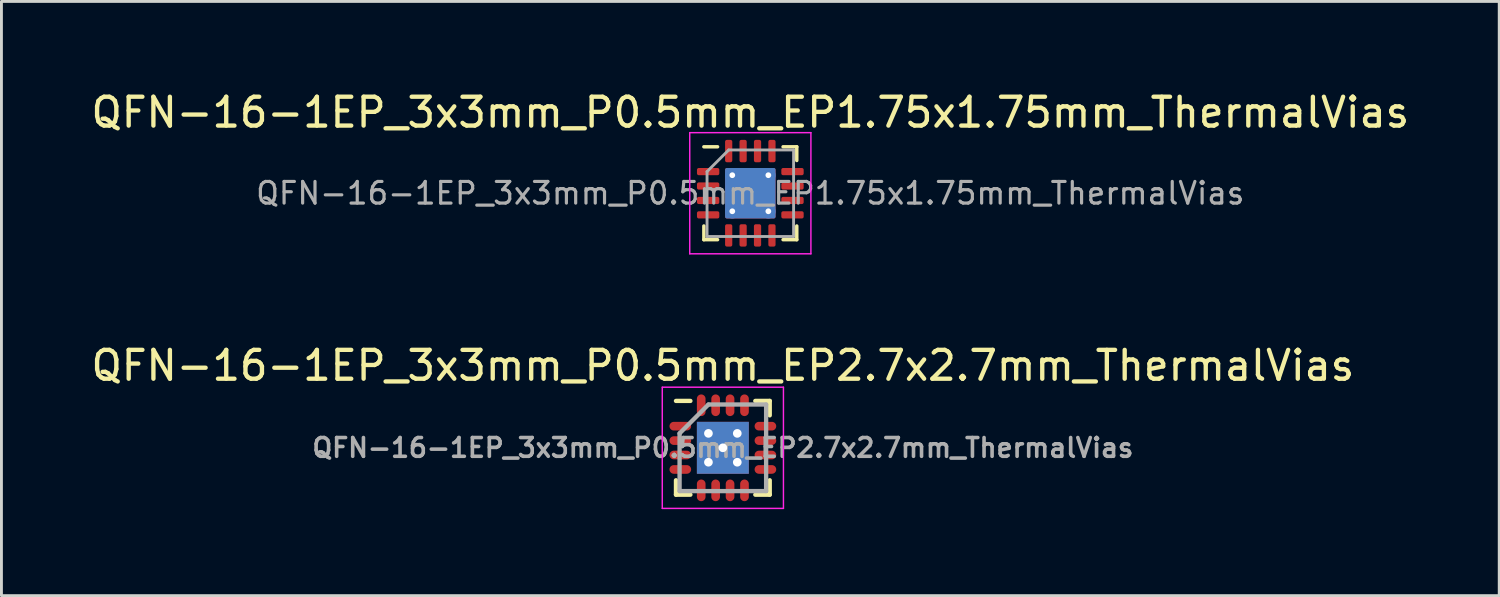
<source format=kicad_pcb>
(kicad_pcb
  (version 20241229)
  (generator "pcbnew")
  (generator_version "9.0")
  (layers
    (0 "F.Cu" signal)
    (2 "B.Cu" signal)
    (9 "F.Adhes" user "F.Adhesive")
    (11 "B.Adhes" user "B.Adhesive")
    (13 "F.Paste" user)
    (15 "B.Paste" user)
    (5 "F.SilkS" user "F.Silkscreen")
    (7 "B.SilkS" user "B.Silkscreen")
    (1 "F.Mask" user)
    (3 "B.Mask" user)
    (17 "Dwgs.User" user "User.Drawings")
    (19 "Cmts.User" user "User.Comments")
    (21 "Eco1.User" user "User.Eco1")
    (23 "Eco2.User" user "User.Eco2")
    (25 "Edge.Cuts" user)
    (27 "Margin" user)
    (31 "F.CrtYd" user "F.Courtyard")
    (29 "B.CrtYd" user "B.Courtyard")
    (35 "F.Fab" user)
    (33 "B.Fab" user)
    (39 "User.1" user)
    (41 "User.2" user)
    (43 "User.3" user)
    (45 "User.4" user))
  (footprint "QFN-16-1EP_3x3mm_P0.5mm_EP1.75x1.75mm_ThermalVias"
    (layer "F.Cu")
    (at 22.958 3.648)
    (property "Reference" "QFN-16-1EP_3x3mm_P0.5mm_EP1.75x1.75mm_ThermalVias" (at 0 -2.8 0) (layer "F.SilkS") (effects (font (size 1 1) (thickness 0.15))))
    (attr smd)
    (fp_line (start -1.61 1.61) (end -1.61 1.135) (stroke (width 0.12) (type solid)) (layer "F.SilkS"))
    (fp_line (start -1.135 -1.61) (end -1.61 -1.61) (stroke (width 0.12) (type solid)) (layer "F.SilkS"))
    (fp_line (start -1.135 1.61) (end -1.61 1.61) (stroke (width 0.12) (type solid)) (layer "F.SilkS"))
    (fp_line (start 1.135 -1.61) (end 1.61 -1.61) (stroke (width 0.12) (type solid)) (layer "F.SilkS"))
    (fp_line (start 1.135 1.61) (end 1.61 1.61) (stroke (width 0.12) (type solid)) (layer "F.SilkS"))
    (fp_line (start 1.61 -1.61) (end 1.61 -1.135) (stroke (width 0.12) (type solid)) (layer "F.SilkS"))
    (fp_line (start 1.61 1.61) (end 1.61 1.135) (stroke (width 0.12) (type solid)) (layer "F.SilkS"))
    (fp_line (start -2.1 -2.1) (end -2.1 2.1) (stroke (width 0.05) (type solid)) (layer "F.CrtYd"))
    (fp_line (start -2.1 2.1) (end 2.1 2.1) (stroke (width 0.05) (type solid)) (layer "F.CrtYd"))
    (fp_line (start 2.1 -2.1) (end -2.1 -2.1) (stroke (width 0.05) (type solid)) (layer "F.CrtYd"))
    (fp_line (start 2.1 2.1) (end 2.1 -2.1) (stroke (width 0.05) (type solid)) (layer "F.CrtYd"))
    (fp_line (start -1.5 -0.75) (end -0.75 -1.5) (stroke (width 0.1) (type solid)) (layer "F.Fab"))
    (fp_line (start -1.5 1.5) (end -1.5 -0.75) (stroke (width 0.1) (type solid)) (layer "F.Fab"))
    (fp_line (start -0.75 -1.5) (end 1.5 -1.5) (stroke (width 0.1) (type solid)) (layer "F.Fab"))
    (fp_line (start 1.5 -1.5) (end 1.5 1.5) (stroke (width 0.1) (type solid)) (layer "F.Fab"))
    (fp_line (start 1.5 1.5) (end -1.5 1.5) (stroke (width 0.1) (type solid)) (layer "F.Fab"))
    (fp_text user "${REFERENCE}" (at 0 0 0) (layer "F.Fab") (effects (font (size 0.75 0.75) (thickness 0.11))))
    (pad "" smd roundrect (at -0.44 -0.44) (size 0.76 0.76) (layers "F.Paste") (roundrect_rratio 0.25))
    (pad "" smd roundrect (at -0.44 0.44) (size 0.76 0.76) (layers "F.Paste") (roundrect_rratio 0.25))
    (pad "" smd roundrect (at 0.44 -0.44) (size 0.76 0.76) (layers "F.Paste") (roundrect_rratio 0.25))
    (pad "" smd roundrect (at 0.44 0.44) (size 0.76 0.76) (layers "F.Paste") (roundrect_rratio 0.25))
    (pad "1" smd roundrect (at -1.462 -0.75) (size 0.775 0.25) (layers "F.Cu" "F.Mask" "F.Paste") (roundrect_rratio 0.25))
    (pad "2" smd roundrect (at -1.462 -0.25) (size 0.775 0.25) (layers "F.Cu" "F.Mask" "F.Paste") (roundrect_rratio 0.25))
    (pad "3" smd roundrect (at -1.462 0.25) (size 0.775 0.25) (layers "F.Cu" "F.Mask" "F.Paste") (roundrect_rratio 0.25))
    (pad "4" smd roundrect (at -1.462 0.75) (size 0.775 0.25) (layers "F.Cu" "F.Mask" "F.Paste") (roundrect_rratio 0.25))
    (pad "5" smd roundrect (at -0.75 1.462) (size 0.25 0.775) (layers "F.Cu" "F.Mask" "F.Paste") (roundrect_rratio 0.25))
    (pad "6" smd roundrect (at -0.25 1.462) (size 0.25 0.775) (layers "F.Cu" "F.Mask" "F.Paste") (roundrect_rratio 0.25))
    (pad "7" smd roundrect (at 0.25 1.462) (size 0.25 0.775) (layers "F.Cu" "F.Mask" "F.Paste") (roundrect_rratio 0.25))
    (pad "8" smd roundrect (at 0.75 1.462) (size 0.25 0.775) (layers "F.Cu" "F.Mask" "F.Paste") (roundrect_rratio 0.25))
    (pad "9" smd roundrect (at 1.462 0.75) (size 0.775 0.25) (layers "F.Cu" "F.Mask" "F.Paste") (roundrect_rratio 0.25))
    (pad "10" smd roundrect (at 1.462 0.25) (size 0.775 0.25) (layers "F.Cu" "F.Mask" "F.Paste") (roundrect_rratio 0.25))
    (pad "11" smd roundrect (at 1.462 -0.25) (size 0.775 0.25) (layers "F.Cu" "F.Mask" "F.Paste") (roundrect_rratio 0.25))
    (pad "12" smd roundrect (at 1.462 -0.75) (size 0.775 0.25) (layers "F.Cu" "F.Mask" "F.Paste") (roundrect_rratio 0.25))
    (pad "13" smd roundrect (at 0.75 -1.462) (size 0.25 0.775) (layers "F.Cu" "F.Mask" "F.Paste") (roundrect_rratio 0.25))
    (pad "14" smd roundrect (at 0.25 -1.462) (size 0.25 0.775) (layers "F.Cu" "F.Mask" "F.Paste") (roundrect_rratio 0.25))
    (pad "15" smd roundrect (at -0.25 -1.462) (size 0.25 0.775) (layers "F.Cu" "F.Mask" "F.Paste") (roundrect_rratio 0.25))
    (pad "16" smd roundrect (at -0.75 -1.462) (size 0.25 0.775) (layers "F.Cu" "F.Mask" "F.Paste") (roundrect_rratio 0.25))
    (pad "17" thru_hole circle (at -0.625 -0.625) (size 0.5 0.5) (drill 0.2) (layers "*.Cu"))
    (pad "17" thru_hole circle (at -0.625 0.625) (size 0.5 0.5) (drill 0.2) (layers "*.Cu"))
    (pad "17" smd roundrect (at 0 0) (size 1.75 1.75) (layers "F.Cu" "F.Mask") (roundrect_rratio 0.036))
    (pad "17" smd roundrect (at 0 0) (size 1.75 1.75) (layers "B.Cu") (roundrect_rratio 0.036))
    (pad "17" thru_hole circle (at 0.625 -0.625) (size 0.5 0.5) (drill 0.2) (layers "*.Cu"))
    (pad "17" thru_hole circle (at 0.625 0.625) (size 0.5 0.5) (drill 0.2) (layers "*.Cu")))
  (footprint "QFN-16-1EP_3x3mm_P0.5mm_EP2.7x2.7mm_ThermalVias"
    (layer "F.Cu")
    (at 22.006 12.472)
    (property "Reference" "QFN-16-1EP_3x3mm_P0.5mm_EP2.7x2.7mm_ThermalVias" (at 0 -2.85 0) (layer "F.SilkS") (effects (font (size 1 1) (thickness 0.15))))
    (attr smd)
    (fp_line (start -1.625 -1.625) (end -1.125 -1.625) (stroke (width 0.15) (type solid)) (layer "F.SilkS"))
    (fp_line (start -1.625 1.625) (end -1.625 1.125) (stroke (width 0.15) (type solid)) (layer "F.SilkS"))
    (fp_line (start -1.625 1.625) (end -1.125 1.625) (stroke (width 0.15) (type solid)) (layer "F.SilkS"))
    (fp_line (start 1.625 -1.625) (end 1.125 -1.625) (stroke (width 0.15) (type solid)) (layer "F.SilkS"))
    (fp_line (start 1.625 -1.625) (end 1.625 -1.125) (stroke (width 0.15) (type solid)) (layer "F.SilkS"))
    (fp_line (start 1.625 1.625) (end 1.125 1.625) (stroke (width 0.15) (type solid)) (layer "F.SilkS"))
    (fp_line (start 1.625 1.625) (end 1.625 1.125) (stroke (width 0.15) (type solid)) (layer "F.SilkS"))
    (fp_line (start -2.1 -2.1) (end -2.1 2.1) (stroke (width 0.05) (type solid)) (layer "F.CrtYd"))
    (fp_line (start -2.1 -2.1) (end 2.1 -2.1) (stroke (width 0.05) (type solid)) (layer "F.CrtYd"))
    (fp_line (start -2.1 2.1) (end 2.1 2.1) (stroke (width 0.05) (type solid)) (layer "F.CrtYd"))
    (fp_line (start 2.1 -2.1) (end 2.1 2.1) (stroke (width 0.05) (type solid)) (layer "F.CrtYd"))
    (fp_line (start -1.5 -0.5) (end -0.5 -1.5) (stroke (width 0.15) (type solid)) (layer "F.Fab"))
    (fp_line (start -1.5 1.5) (end -1.5 -0.5) (stroke (width 0.15) (type solid)) (layer "F.Fab"))
    (fp_line (start -0.5 -1.5) (end 1.5 -1.5) (stroke (width 0.15) (type solid)) (layer "F.Fab"))
    (fp_line (start 1.5 -1.5) (end 1.5 1.5) (stroke (width 0.15) (type solid)) (layer "F.Fab"))
    (fp_line (start 1.5 1.5) (end -1.5 1.5) (stroke (width 0.15) (type solid)) (layer "F.Fab"))
    (fp_text user "${REFERENCE}" (at 0 0 0) (layer "F.Fab") (effects (font (size 0.65 0.65) (thickness 0.125))))
    (pad "" smd rect (at -0.5 -0.5) (size 0.73 0.73) (layers "F.Paste"))
    (pad "" smd rect (at -0.5 0.5) (size 0.73 0.73) (layers "F.Paste"))
    (pad "" smd rect (at 0.5 -0.5) (size 0.73 0.73) (layers "F.Paste"))
    (pad "" smd rect (at 0.5 0.5) (size 0.73 0.73) (layers "F.Paste"))
    (pad "1" smd oval (at -1.475 -0.75) (size 0.75 0.3) (layers "F.Cu" "F.Mask" "F.Paste"))
    (pad "2" smd oval (at -1.475 -0.25) (size 0.75 0.3) (layers "F.Cu" "F.Mask" "F.Paste"))
    (pad "3" smd oval (at -1.475 0.25) (size 0.75 0.3) (layers "F.Cu" "F.Mask" "F.Paste"))
    (pad "4" smd oval (at -1.475 0.75) (size 0.75 0.3) (layers "F.Cu" "F.Mask" "F.Paste"))
    (pad "5" smd oval (at -0.75 1.475 90) (size 0.75 0.3) (layers "F.Cu" "F.Mask" "F.Paste"))
    (pad "6" smd oval (at -0.25 1.475 90) (size 0.75 0.3) (layers "F.Cu" "F.Mask" "F.Paste"))
    (pad "7" smd oval (at 0.25 1.475 90) (size 0.75 0.3) (layers "F.Cu" "F.Mask" "F.Paste"))
    (pad "8" smd oval (at 0.75 1.475 90) (size 0.75 0.3) (layers "F.Cu" "F.Mask" "F.Paste"))
    (pad "9" smd oval (at 1.475 0.75) (size 0.75 0.3) (layers "F.Cu" "F.Mask" "F.Paste"))
    (pad "10" smd oval (at 1.475 0.25) (size 0.75 0.3) (layers "F.Cu" "F.Mask" "F.Paste"))
    (pad "11" smd oval (at 1.475 -0.25) (size 0.75 0.3) (layers "F.Cu" "F.Mask" "F.Paste"))
    (pad "12" smd oval (at 1.475 -0.75) (size 0.75 0.3) (layers "F.Cu" "F.Mask" "F.Paste"))
    (pad "13" smd oval (at 0.75 -1.475 90) (size 0.75 0.3) (layers "F.Cu" "F.Mask" "F.Paste"))
    (pad "14" smd oval (at 0.25 -1.475 90) (size 0.75 0.3) (layers "F.Cu" "F.Mask" "F.Paste"))
    (pad "15" smd oval (at -0.25 -1.475 90) (size 0.75 0.3) (layers "F.Cu" "F.Mask" "F.Paste"))
    (pad "16" smd oval (at -0.75 -1.475 90) (size 0.75 0.3) (layers "F.Cu" "F.Mask" "F.Paste"))
    (pad "17" thru_hole circle (at -0.5 -0.5) (size 0.6 0.6) (drill 0.3) (layers "*.Cu"))
    (pad "17" thru_hole circle (at -0.5 0.5) (size 0.6 0.6) (drill 0.3) (layers "*.Cu"))
    (pad "17" thru_hole circle (at 0 0) (size 0.6 0.6) (drill 0.3) (layers "*.Cu"))
    (pad "17" smd rect (at 0 0) (size 1.8 1.8) (layers "F.Cu" "F.Mask"))
    (pad "17" smd rect (at 0 0) (size 1.8 1.8) (layers "B.Cu"))
    (pad "17" thru_hole circle (at 0.5 -0.5) (size 0.6 0.6) (drill 0.3) (layers "*.Cu"))
    (pad "17" thru_hole circle (at 0.5 0.5) (size 0.6 0.6) (drill 0.3) (layers "*.Cu")))
  (gr_rect
    (start -3 -3)
    (end 48.917 17.596)
    (stroke (width 0.1) (type default))
    (fill no)
    (layer "Edge.Cuts")))
</source>
